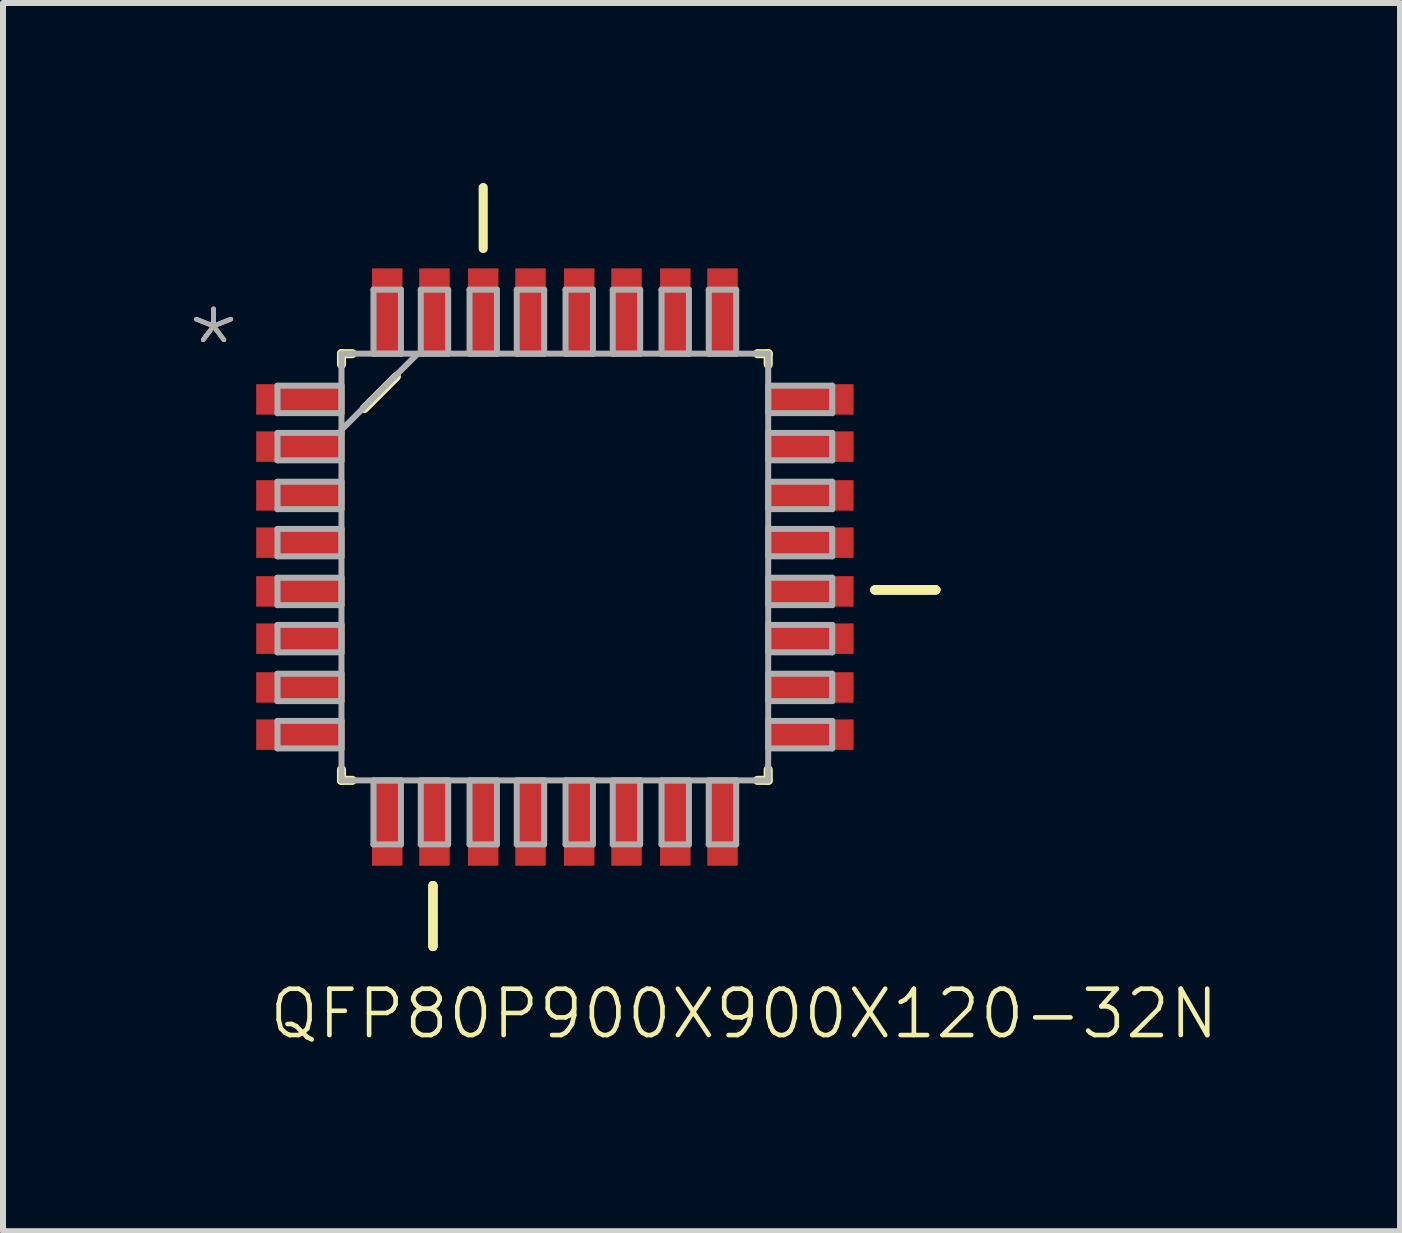
<source format=kicad_pcb>
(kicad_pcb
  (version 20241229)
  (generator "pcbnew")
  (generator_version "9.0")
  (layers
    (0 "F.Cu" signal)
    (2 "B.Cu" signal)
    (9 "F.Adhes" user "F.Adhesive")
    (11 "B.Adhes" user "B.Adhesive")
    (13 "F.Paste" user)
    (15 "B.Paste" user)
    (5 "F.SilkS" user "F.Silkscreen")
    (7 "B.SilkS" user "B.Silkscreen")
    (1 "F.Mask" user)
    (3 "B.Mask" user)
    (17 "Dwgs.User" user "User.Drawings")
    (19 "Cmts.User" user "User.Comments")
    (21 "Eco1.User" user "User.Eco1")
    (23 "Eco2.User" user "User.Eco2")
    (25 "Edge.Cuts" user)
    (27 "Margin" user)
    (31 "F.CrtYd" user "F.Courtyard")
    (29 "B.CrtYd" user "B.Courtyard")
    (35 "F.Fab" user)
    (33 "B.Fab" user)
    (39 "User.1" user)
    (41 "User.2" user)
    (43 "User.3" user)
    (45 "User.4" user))
  (footprint "QFP80P900X900X120-32N"
    (layer "F.Cu")
    (at 6.198 6.401)
    (property "Reference" "QFP80P900X900X120-32N" (at -4.801 7.899 0) (layer "F.SilkS") (effects (font (size 0.772 0.772) (thickness 0.077)) (justify left bottom)))
    (attr through_hole)
    (fp_line (start -3.556 -3.556) (end -3.556 -3.378) (stroke (width 0.152) (type solid)) (layer "F.SilkS"))
    (fp_line (start -3.556 3.378) (end -3.556 3.556) (stroke (width 0.152) (type solid)) (layer "F.SilkS"))
    (fp_line (start -3.556 3.556) (end -3.378 3.556) (stroke (width 0.152) (type solid)) (layer "F.SilkS"))
    (fp_line (start -3.378 -3.556) (end -3.556 -3.556) (stroke (width 0.152) (type solid)) (layer "F.SilkS"))
    (fp_line (start -3.175 -2.642) (end -2.642 -3.175) (stroke (width 0.152) (type solid)) (layer "F.SilkS"))
    (fp_line (start -2.032 6.325) (end -2.032 5.309) (stroke (width 0.152) (type solid)) (layer "F.SilkS"))
    (fp_line (start -2.032 6.325) (end -2.032 5.309) (stroke (width 0.152) (type solid)) (layer "F.SilkS"))
    (fp_line (start -2.032 6.325) (end -2.032 5.309) (stroke (width 0.152) (type solid)) (layer "F.SilkS"))
    (fp_line (start -1.194 -5.309) (end -1.194 -6.325) (stroke (width 0.152) (type solid)) (layer "F.SilkS"))
    (fp_line (start 3.378 3.556) (end 3.556 3.556) (stroke (width 0.152) (type solid)) (layer "F.SilkS"))
    (fp_line (start 3.556 -3.556) (end 3.378 -3.556) (stroke (width 0.152) (type solid)) (layer "F.SilkS"))
    (fp_line (start 3.556 -3.378) (end 3.556 -3.556) (stroke (width 0.152) (type solid)) (layer "F.SilkS"))
    (fp_line (start 3.556 3.556) (end 3.556 3.378) (stroke (width 0.152) (type solid)) (layer "F.SilkS"))
    (fp_line (start 5.334 0.381) (end 6.35 0.381) (stroke (width 0.152) (type solid)) (layer "F.SilkS"))
    (fp_line (start 5.334 0.381) (end 6.35 0.381) (stroke (width 0.152) (type solid)) (layer "F.SilkS"))
    (fp_line (start 5.334 0.381) (end 6.35 0.381) (stroke (width 0.152) (type solid)) (layer "F.SilkS"))
    (fp_line (start 5.334 0.381) (end 6.35 0.381) (stroke (width 0.152) (type solid)) (layer "F.SilkS"))
    (fp_line (start -4.623 -3.023) (end -4.623 -2.565) (stroke (width 0.1) (type solid)) (layer "F.Fab"))
    (fp_line (start -4.623 -2.565) (end -3.556 -2.565) (stroke (width 0.1) (type solid)) (layer "F.Fab"))
    (fp_line (start -4.623 -2.235) (end -4.623 -1.778) (stroke (width 0.1) (type solid)) (layer "F.Fab"))
    (fp_line (start -4.623 -1.778) (end -3.556 -1.778) (stroke (width 0.1) (type solid)) (layer "F.Fab"))
    (fp_line (start -4.623 -1.422) (end -4.623 -0.965) (stroke (width 0.1) (type solid)) (layer "F.Fab"))
    (fp_line (start -4.623 -0.965) (end -3.556 -0.965) (stroke (width 0.1) (type solid)) (layer "F.Fab"))
    (fp_line (start -4.623 -0.635) (end -4.623 -0.178) (stroke (width 0.1) (type solid)) (layer "F.Fab"))
    (fp_line (start -4.623 -0.178) (end -3.556 -0.178) (stroke (width 0.1) (type solid)) (layer "F.Fab"))
    (fp_line (start -4.623 0.178) (end -4.623 0.635) (stroke (width 0.1) (type solid)) (layer "F.Fab"))
    (fp_line (start -4.623 0.635) (end -3.556 0.635) (stroke (width 0.1) (type solid)) (layer "F.Fab"))
    (fp_line (start -4.623 0.965) (end -4.623 1.422) (stroke (width 0.1) (type solid)) (layer "F.Fab"))
    (fp_line (start -4.623 1.422) (end -3.556 1.422) (stroke (width 0.1) (type solid)) (layer "F.Fab"))
    (fp_line (start -4.623 1.778) (end -4.623 2.235) (stroke (width 0.1) (type solid)) (layer "F.Fab"))
    (fp_line (start -4.623 2.235) (end -3.556 2.235) (stroke (width 0.1) (type solid)) (layer "F.Fab"))
    (fp_line (start -4.623 2.565) (end -4.623 3.023) (stroke (width 0.1) (type solid)) (layer "F.Fab"))
    (fp_line (start -4.623 3.023) (end -3.556 3.023) (stroke (width 0.1) (type solid)) (layer "F.Fab"))
    (fp_line (start -3.556 -3.556) (end -3.556 3.556) (stroke (width 0.1) (type solid)) (layer "F.Fab"))
    (fp_line (start -3.556 -3.023) (end -4.623 -3.023) (stroke (width 0.1) (type solid)) (layer "F.Fab"))
    (fp_line (start -3.556 -2.565) (end -3.556 -3.023) (stroke (width 0.1) (type solid)) (layer "F.Fab"))
    (fp_line (start -3.556 -2.286) (end -2.286 -3.556) (stroke (width 0.1) (type solid)) (layer "F.Fab"))
    (fp_line (start -3.556 -2.235) (end -4.623 -2.235) (stroke (width 0.1) (type solid)) (layer "F.Fab"))
    (fp_line (start -3.556 -1.778) (end -3.556 -2.235) (stroke (width 0.1) (type solid)) (layer "F.Fab"))
    (fp_line (start -3.556 -1.422) (end -4.623 -1.422) (stroke (width 0.1) (type solid)) (layer "F.Fab"))
    (fp_line (start -3.556 -0.965) (end -3.556 -1.422) (stroke (width 0.1) (type solid)) (layer "F.Fab"))
    (fp_line (start -3.556 -0.635) (end -4.623 -0.635) (stroke (width 0.1) (type solid)) (layer "F.Fab"))
    (fp_line (start -3.556 -0.178) (end -3.556 -0.635) (stroke (width 0.1) (type solid)) (layer "F.Fab"))
    (fp_line (start -3.556 0.178) (end -4.623 0.178) (stroke (width 0.1) (type solid)) (layer "F.Fab"))
    (fp_line (start -3.556 0.635) (end -3.556 0.178) (stroke (width 0.1) (type solid)) (layer "F.Fab"))
    (fp_line (start -3.556 0.965) (end -4.623 0.965) (stroke (width 0.1) (type solid)) (layer "F.Fab"))
    (fp_line (start -3.556 1.422) (end -3.556 0.965) (stroke (width 0.1) (type solid)) (layer "F.Fab"))
    (fp_line (start -3.556 1.778) (end -4.623 1.778) (stroke (width 0.1) (type solid)) (layer "F.Fab"))
    (fp_line (start -3.556 2.235) (end -3.556 1.778) (stroke (width 0.1) (type solid)) (layer "F.Fab"))
    (fp_line (start -3.556 2.565) (end -4.623 2.565) (stroke (width 0.1) (type solid)) (layer "F.Fab"))
    (fp_line (start -3.556 3.023) (end -3.556 2.565) (stroke (width 0.1) (type solid)) (layer "F.Fab"))
    (fp_line (start -3.556 3.556) (end 3.556 3.556) (stroke (width 0.1) (type solid)) (layer "F.Fab"))
    (fp_line (start -3.023 -4.623) (end -3.023 -3.556) (stroke (width 0.1) (type solid)) (layer "F.Fab"))
    (fp_line (start -3.023 -3.556) (end -2.565 -3.556) (stroke (width 0.1) (type solid)) (layer "F.Fab"))
    (fp_line (start -3.023 3.556) (end -3.023 4.623) (stroke (width 0.1) (type solid)) (layer "F.Fab"))
    (fp_line (start -3.023 4.623) (end -2.565 4.623) (stroke (width 0.1) (type solid)) (layer "F.Fab"))
    (fp_line (start -2.565 -4.623) (end -3.023 -4.623) (stroke (width 0.1) (type solid)) (layer "F.Fab"))
    (fp_line (start -2.565 -3.556) (end -2.565 -4.623) (stroke (width 0.1) (type solid)) (layer "F.Fab"))
    (fp_line (start -2.565 3.556) (end -3.023 3.556) (stroke (width 0.1) (type solid)) (layer "F.Fab"))
    (fp_line (start -2.565 4.623) (end -2.565 3.556) (stroke (width 0.1) (type solid)) (layer "F.Fab"))
    (fp_line (start -2.235 -4.623) (end -2.235 -3.556) (stroke (width 0.1) (type solid)) (layer "F.Fab"))
    (fp_line (start -2.235 -3.556) (end -1.778 -3.556) (stroke (width 0.1) (type solid)) (layer "F.Fab"))
    (fp_line (start -2.235 3.556) (end -2.235 4.623) (stroke (width 0.1) (type solid)) (layer "F.Fab"))
    (fp_line (start -2.235 4.623) (end -1.778 4.623) (stroke (width 0.1) (type solid)) (layer "F.Fab"))
    (fp_line (start -1.778 -4.623) (end -2.235 -4.623) (stroke (width 0.1) (type solid)) (layer "F.Fab"))
    (fp_line (start -1.778 -3.556) (end -1.778 -4.623) (stroke (width 0.1) (type solid)) (layer "F.Fab"))
    (fp_line (start -1.778 3.556) (end -2.235 3.556) (stroke (width 0.1) (type solid)) (layer "F.Fab"))
    (fp_line (start -1.778 4.623) (end -1.778 3.556) (stroke (width 0.1) (type solid)) (layer "F.Fab"))
    (fp_line (start -1.422 -4.623) (end -1.422 -3.556) (stroke (width 0.1) (type solid)) (layer "F.Fab"))
    (fp_line (start -1.422 -3.556) (end -0.965 -3.556) (stroke (width 0.1) (type solid)) (layer "F.Fab"))
    (fp_line (start -1.422 3.556) (end -1.422 4.623) (stroke (width 0.1) (type solid)) (layer "F.Fab"))
    (fp_line (start -1.422 4.623) (end -0.965 4.623) (stroke (width 0.1) (type solid)) (layer "F.Fab"))
    (fp_line (start -0.965 -4.623) (end -1.422 -4.623) (stroke (width 0.1) (type solid)) (layer "F.Fab"))
    (fp_line (start -0.965 -3.556) (end -0.965 -4.623) (stroke (width 0.1) (type solid)) (layer "F.Fab"))
    (fp_line (start -0.965 3.556) (end -1.422 3.556) (stroke (width 0.1) (type solid)) (layer "F.Fab"))
    (fp_line (start -0.965 4.623) (end -0.965 3.556) (stroke (width 0.1) (type solid)) (layer "F.Fab"))
    (fp_line (start -0.635 -4.623) (end -0.635 -3.556) (stroke (width 0.1) (type solid)) (layer "F.Fab"))
    (fp_line (start -0.635 -3.556) (end -0.178 -3.556) (stroke (width 0.1) (type solid)) (layer "F.Fab"))
    (fp_line (start -0.635 3.556) (end -0.635 4.623) (stroke (width 0.1) (type solid)) (layer "F.Fab"))
    (fp_line (start -0.635 4.623) (end -0.178 4.623) (stroke (width 0.1) (type solid)) (layer "F.Fab"))
    (fp_line (start -0.178 -4.623) (end -0.635 -4.623) (stroke (width 0.1) (type solid)) (layer "F.Fab"))
    (fp_line (start -0.178 -3.556) (end -0.178 -4.623) (stroke (width 0.1) (type solid)) (layer "F.Fab"))
    (fp_line (start -0.178 3.556) (end -0.635 3.556) (stroke (width 0.1) (type solid)) (layer "F.Fab"))
    (fp_line (start -0.178 4.623) (end -0.178 3.556) (stroke (width 0.1) (type solid)) (layer "F.Fab"))
    (fp_line (start 0.178 -4.623) (end 0.178 -3.556) (stroke (width 0.1) (type solid)) (layer "F.Fab"))
    (fp_line (start 0.178 -3.556) (end 0.635 -3.556) (stroke (width 0.1) (type solid)) (layer "F.Fab"))
    (fp_line (start 0.178 3.556) (end 0.178 4.623) (stroke (width 0.1) (type solid)) (layer "F.Fab"))
    (fp_line (start 0.178 4.623) (end 0.635 4.623) (stroke (width 0.1) (type solid)) (layer "F.Fab"))
    (fp_line (start 0.635 -4.623) (end 0.178 -4.623) (stroke (width 0.1) (type solid)) (layer "F.Fab"))
    (fp_line (start 0.635 -3.556) (end 0.635 -4.623) (stroke (width 0.1) (type solid)) (layer "F.Fab"))
    (fp_line (start 0.635 3.556) (end 0.178 3.556) (stroke (width 0.1) (type solid)) (layer "F.Fab"))
    (fp_line (start 0.635 4.623) (end 0.635 3.556) (stroke (width 0.1) (type solid)) (layer "F.Fab"))
    (fp_line (start 0.965 -4.623) (end 0.965 -3.556) (stroke (width 0.1) (type solid)) (layer "F.Fab"))
    (fp_line (start 0.965 -3.556) (end 1.422 -3.556) (stroke (width 0.1) (type solid)) (layer "F.Fab"))
    (fp_line (start 0.965 3.556) (end 0.965 4.623) (stroke (width 0.1) (type solid)) (layer "F.Fab"))
    (fp_line (start 0.965 4.623) (end 1.422 4.623) (stroke (width 0.1) (type solid)) (layer "F.Fab"))
    (fp_line (start 1.422 -4.623) (end 0.965 -4.623) (stroke (width 0.1) (type solid)) (layer "F.Fab"))
    (fp_line (start 1.422 -3.556) (end 1.422 -4.623) (stroke (width 0.1) (type solid)) (layer "F.Fab"))
    (fp_line (start 1.422 3.556) (end 0.965 3.556) (stroke (width 0.1) (type solid)) (layer "F.Fab"))
    (fp_line (start 1.422 4.623) (end 1.422 3.556) (stroke (width 0.1) (type solid)) (layer "F.Fab"))
    (fp_line (start 1.778 -4.623) (end 1.778 -3.556) (stroke (width 0.1) (type solid)) (layer "F.Fab"))
    (fp_line (start 1.778 -3.556) (end 2.235 -3.556) (stroke (width 0.1) (type solid)) (layer "F.Fab"))
    (fp_line (start 1.778 3.556) (end 1.778 4.623) (stroke (width 0.1) (type solid)) (layer "F.Fab"))
    (fp_line (start 1.778 4.623) (end 2.235 4.623) (stroke (width 0.1) (type solid)) (layer "F.Fab"))
    (fp_line (start 2.235 -4.623) (end 1.778 -4.623) (stroke (width 0.1) (type solid)) (layer "F.Fab"))
    (fp_line (start 2.235 -3.556) (end 2.235 -4.623) (stroke (width 0.1) (type solid)) (layer "F.Fab"))
    (fp_line (start 2.235 3.556) (end 1.778 3.556) (stroke (width 0.1) (type solid)) (layer "F.Fab"))
    (fp_line (start 2.235 4.623) (end 2.235 3.556) (stroke (width 0.1) (type solid)) (layer "F.Fab"))
    (fp_line (start 2.565 -4.623) (end 2.565 -3.556) (stroke (width 0.1) (type solid)) (layer "F.Fab"))
    (fp_line (start 2.565 -3.556) (end 3.023 -3.556) (stroke (width 0.1) (type solid)) (layer "F.Fab"))
    (fp_line (start 2.565 3.556) (end 2.565 4.623) (stroke (width 0.1) (type solid)) (layer "F.Fab"))
    (fp_line (start 2.565 4.623) (end 3.023 4.623) (stroke (width 0.1) (type solid)) (layer "F.Fab"))
    (fp_line (start 3.023 -4.623) (end 2.565 -4.623) (stroke (width 0.1) (type solid)) (layer "F.Fab"))
    (fp_line (start 3.023 -3.556) (end 3.023 -4.623) (stroke (width 0.1) (type solid)) (layer "F.Fab"))
    (fp_line (start 3.023 3.556) (end 2.565 3.556) (stroke (width 0.1) (type solid)) (layer "F.Fab"))
    (fp_line (start 3.023 4.623) (end 3.023 3.556) (stroke (width 0.1) (type solid)) (layer "F.Fab"))
    (fp_line (start 3.556 -3.556) (end -3.556 -3.556) (stroke (width 0.1) (type solid)) (layer "F.Fab"))
    (fp_line (start 3.556 -3.023) (end 3.556 -2.565) (stroke (width 0.1) (type solid)) (layer "F.Fab"))
    (fp_line (start 3.556 -2.565) (end 4.623 -2.565) (stroke (width 0.1) (type solid)) (layer "F.Fab"))
    (fp_line (start 3.556 -2.235) (end 3.556 -1.778) (stroke (width 0.1) (type solid)) (layer "F.Fab"))
    (fp_line (start 3.556 -1.778) (end 4.623 -1.778) (stroke (width 0.1) (type solid)) (layer "F.Fab"))
    (fp_line (start 3.556 -1.422) (end 3.556 -0.965) (stroke (width 0.1) (type solid)) (layer "F.Fab"))
    (fp_line (start 3.556 -0.965) (end 4.623 -0.965) (stroke (width 0.1) (type solid)) (layer "F.Fab"))
    (fp_line (start 3.556 -0.635) (end 3.556 -0.178) (stroke (width 0.1) (type solid)) (layer "F.Fab"))
    (fp_line (start 3.556 -0.178) (end 4.623 -0.178) (stroke (width 0.1) (type solid)) (layer "F.Fab"))
    (fp_line (start 3.556 0.178) (end 3.556 0.635) (stroke (width 0.1) (type solid)) (layer "F.Fab"))
    (fp_line (start 3.556 0.635) (end 4.623 0.635) (stroke (width 0.1) (type solid)) (layer "F.Fab"))
    (fp_line (start 3.556 0.965) (end 3.556 1.422) (stroke (width 0.1) (type solid)) (layer "F.Fab"))
    (fp_line (start 3.556 1.422) (end 4.623 1.422) (stroke (width 0.1) (type solid)) (layer "F.Fab"))
    (fp_line (start 3.556 1.778) (end 3.556 2.235) (stroke (width 0.1) (type solid)) (layer "F.Fab"))
    (fp_line (start 3.556 2.235) (end 4.623 2.235) (stroke (width 0.1) (type solid)) (layer "F.Fab"))
    (fp_line (start 3.556 2.565) (end 3.556 3.023) (stroke (width 0.1) (type solid)) (layer "F.Fab"))
    (fp_line (start 3.556 3.023) (end 4.623 3.023) (stroke (width 0.1) (type solid)) (layer "F.Fab"))
    (fp_line (start 3.556 3.556) (end 3.556 -3.556) (stroke (width 0.1) (type solid)) (layer "F.Fab"))
    (fp_line (start 4.623 -3.023) (end 3.556 -3.023) (stroke (width 0.1) (type solid)) (layer "F.Fab"))
    (fp_line (start 4.623 -2.565) (end 4.623 -3.023) (stroke (width 0.1) (type solid)) (layer "F.Fab"))
    (fp_line (start 4.623 -2.235) (end 3.556 -2.235) (stroke (width 0.1) (type solid)) (layer "F.Fab"))
    (fp_line (start 4.623 -1.778) (end 4.623 -2.235) (stroke (width 0.1) (type solid)) (layer "F.Fab"))
    (fp_line (start 4.623 -1.422) (end 3.556 -1.422) (stroke (width 0.1) (type solid)) (layer "F.Fab"))
    (fp_line (start 4.623 -0.965) (end 4.623 -1.422) (stroke (width 0.1) (type solid)) (layer "F.Fab"))
    (fp_line (start 4.623 -0.635) (end 3.556 -0.635) (stroke (width 0.1) (type solid)) (layer "F.Fab"))
    (fp_line (start 4.623 -0.178) (end 4.623 -0.635) (stroke (width 0.1) (type solid)) (layer "F.Fab"))
    (fp_line (start 4.623 0.178) (end 3.556 0.178) (stroke (width 0.1) (type solid)) (layer "F.Fab"))
    (fp_line (start 4.623 0.635) (end 4.623 0.178) (stroke (width 0.1) (type solid)) (layer "F.Fab"))
    (fp_line (start 4.623 0.965) (end 3.556 0.965) (stroke (width 0.1) (type solid)) (layer "F.Fab"))
    (fp_line (start 4.623 1.422) (end 4.623 0.965) (stroke (width 0.1) (type solid)) (layer "F.Fab"))
    (fp_line (start 4.623 1.778) (end 3.556 1.778) (stroke (width 0.1) (type solid)) (layer "F.Fab"))
    (fp_line (start 4.623 2.235) (end 4.623 1.778) (stroke (width 0.1) (type solid)) (layer "F.Fab"))
    (fp_line (start 4.623 2.565) (end 3.556 2.565) (stroke (width 0.1) (type solid)) (layer "F.Fab"))
    (fp_line (start 4.623 3.023) (end 4.623 2.565) (stroke (width 0.1) (type solid)) (layer "F.Fab"))
    (fp_text user "*" (at -6.198 -2.946 0) (layer "F.SilkS") (effects (font (size 1.206 1.206) (thickness 0.076)) (justify left bottom)))
    (fp_text user "*" (at -6.198 -2.946 0) (layer "F.Fab") (effects (font (size 1.206 1.206) (thickness 0.076)) (justify left bottom)))
    (pad "1" smd rect (at -4.242 -2.794 270) (size 0.508 1.473) (layers "F.Cu" "F.Mask" "F.Paste"))
    (pad "2" smd rect (at -4.242 -2.007 270) (size 0.508 1.473) (layers "F.Cu" "F.Mask" "F.Paste"))
    (pad "3" smd rect (at -4.242 -1.194 270) (size 0.508 1.473) (layers "F.Cu" "F.Mask" "F.Paste"))
    (pad "4" smd rect (at -4.242 -0.406 270) (size 0.508 1.473) (layers "F.Cu" "F.Mask" "F.Paste"))
    (pad "5" smd rect (at -4.242 0.406 270) (size 0.508 1.473) (layers "F.Cu" "F.Mask" "F.Paste"))
    (pad "6" smd rect (at -4.242 1.194 270) (size 0.508 1.473) (layers "F.Cu" "F.Mask" "F.Paste"))
    (pad "7" smd rect (at -4.242 2.007 270) (size 0.508 1.473) (layers "F.Cu" "F.Mask" "F.Paste"))
    (pad "8" smd rect (at -4.242 2.794 270) (size 0.508 1.473) (layers "F.Cu" "F.Mask" "F.Paste"))
    (pad "9" smd rect (at -2.794 4.242 180) (size 0.508 1.473) (layers "F.Cu" "F.Mask" "F.Paste"))
    (pad "10" smd rect (at -2.007 4.242 180) (size 0.508 1.473) (layers "F.Cu" "F.Mask" "F.Paste"))
    (pad "11" smd rect (at -1.194 4.242 180) (size 0.508 1.473) (layers "F.Cu" "F.Mask" "F.Paste"))
    (pad "12" smd rect (at -0.406 4.242 180) (size 0.508 1.473) (layers "F.Cu" "F.Mask" "F.Paste"))
    (pad "13" smd rect (at 0.406 4.242 180) (size 0.508 1.473) (layers "F.Cu" "F.Mask" "F.Paste"))
    (pad "14" smd rect (at 1.194 4.242 180) (size 0.508 1.473) (layers "F.Cu" "F.Mask" "F.Paste"))
    (pad "15" smd rect (at 2.007 4.242 180) (size 0.508 1.473) (layers "F.Cu" "F.Mask" "F.Paste"))
    (pad "16" smd rect (at 2.794 4.242 180) (size 0.508 1.473) (layers "F.Cu" "F.Mask" "F.Paste"))
    (pad "17" smd rect (at 4.242 2.794 270) (size 0.508 1.473) (layers "F.Cu" "F.Mask" "F.Paste"))
    (pad "18" smd rect (at 4.242 2.007 270) (size 0.508 1.473) (layers "F.Cu" "F.Mask" "F.Paste"))
    (pad "19" smd rect (at 4.242 1.194 270) (size 0.508 1.473) (layers "F.Cu" "F.Mask" "F.Paste"))
    (pad "20" smd rect (at 4.242 0.406 270) (size 0.508 1.473) (layers "F.Cu" "F.Mask" "F.Paste"))
    (pad "21" smd rect (at 4.242 -0.406 270) (size 0.508 1.473) (layers "F.Cu" "F.Mask" "F.Paste"))
    (pad "22" smd rect (at 4.242 -1.194 270) (size 0.508 1.473) (layers "F.Cu" "F.Mask" "F.Paste"))
    (pad "23" smd rect (at 4.242 -2.007 270) (size 0.508 1.473) (layers "F.Cu" "F.Mask" "F.Paste"))
    (pad "24" smd rect (at 4.242 -2.794 270) (size 0.508 1.473) (layers "F.Cu" "F.Mask" "F.Paste"))
    (pad "25" smd rect (at 2.794 -4.242 180) (size 0.508 1.473) (layers "F.Cu" "F.Mask" "F.Paste"))
    (pad "26" smd rect (at 2.007 -4.242 180) (size 0.508 1.473) (layers "F.Cu" "F.Mask" "F.Paste"))
    (pad "27" smd rect (at 1.194 -4.242 180) (size 0.508 1.473) (layers "F.Cu" "F.Mask" "F.Paste"))
    (pad "28" smd rect (at 0.406 -4.242 180) (size 0.508 1.473) (layers "F.Cu" "F.Mask" "F.Paste"))
    (pad "29" smd rect (at -0.406 -4.242 180) (size 0.508 1.473) (layers "F.Cu" "F.Mask" "F.Paste"))
    (pad "30" smd rect (at -1.194 -4.242 180) (size 0.508 1.473) (layers "F.Cu" "F.Mask" "F.Paste"))
    (pad "31" smd rect (at -2.007 -4.242 180) (size 0.508 1.473) (layers "F.Cu" "F.Mask" "F.Paste"))
    (pad "32" smd rect (at -2.794 -4.242 180) (size 0.508 1.473) (layers "F.Cu" "F.Mask" "F.Paste")))
  (gr_rect
    (start -3 -3)
    (end 20.285 17.471)
    (stroke (width 0.1) (type default))
    (fill no)
    (layer "Edge.Cuts")))
</source>
